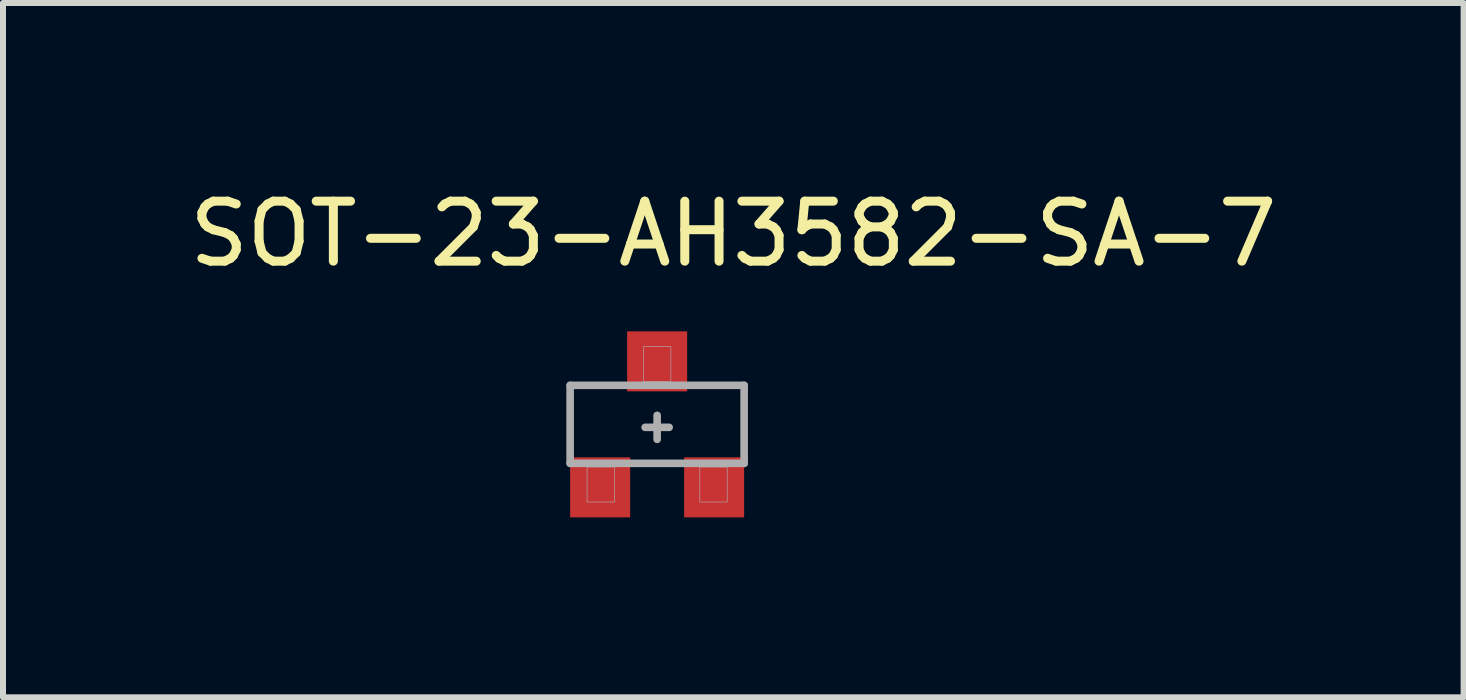
<source format=kicad_pcb>
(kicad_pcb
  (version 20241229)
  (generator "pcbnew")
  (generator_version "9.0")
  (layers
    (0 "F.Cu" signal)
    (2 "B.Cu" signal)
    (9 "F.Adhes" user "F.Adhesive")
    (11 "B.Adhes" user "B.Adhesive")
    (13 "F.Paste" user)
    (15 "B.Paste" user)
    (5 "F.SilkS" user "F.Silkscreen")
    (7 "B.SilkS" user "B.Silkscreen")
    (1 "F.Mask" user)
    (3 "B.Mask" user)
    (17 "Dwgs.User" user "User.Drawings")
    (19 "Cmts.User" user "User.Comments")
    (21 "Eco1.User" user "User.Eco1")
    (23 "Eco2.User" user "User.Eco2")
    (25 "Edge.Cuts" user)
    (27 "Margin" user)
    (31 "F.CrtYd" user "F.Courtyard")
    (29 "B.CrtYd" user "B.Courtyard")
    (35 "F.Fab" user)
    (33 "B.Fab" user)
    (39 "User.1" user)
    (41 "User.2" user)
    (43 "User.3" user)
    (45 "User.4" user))
  (footprint "SOT-23-AH3582-SA-7"
    (layer "F.Cu")
    (at 7.903 4.023)
    (property "Reference" "SOT-23-AH3582-SA-7" (at 1.27 -3.175 0) (layer "F.SilkS") (effects (font (size 1 1) (thickness 0.15))))
    (attr smd)
    (fp_line (start -1.45 -0.65) (end 1.45 -0.65) (stroke (width 0.127) (type solid)) (layer "F.Fab"))
    (fp_line (start -1.45 0.65) (end -1.45 -0.65) (stroke (width 0.127) (type solid)) (layer "F.Fab"))
    (fp_line (start -0.2 0.05) (end 0.2 0.05) (stroke (width 0.127) (type solid)) (layer "F.Fab"))
    (fp_line (start 0 -0.15) (end 0 0.25) (stroke (width 0.127) (type solid)) (layer "F.Fab"))
    (fp_line (start 1.45 -0.65) (end 1.45 0.65) (stroke (width 0.127) (type solid)) (layer "F.Fab"))
    (fp_line (start 1.45 0.65) (end -1.45 0.65) (stroke (width 0.127) (type solid)) (layer "F.Fab"))
    (fp_poly (pts (xy -1.168 0.711) (xy -0.711 0.711) (xy -0.711 1.295) (xy -1.168 1.295)) (stroke (width 0.01) (type solid)) (fill no) (layer "F.Fab"))
    (fp_poly (pts (xy -0.229 -1.295) (xy 0.229 -1.295) (xy 0.229 -0.711) (xy -0.229 -0.711)) (stroke (width 0.01) (type solid)) (fill no) (layer "F.Fab"))
    (fp_poly (pts (xy 0.711 0.711) (xy 1.168 0.711) (xy 1.168 1.295) (xy 0.711 1.295)) (stroke (width 0.01) (type solid)) (fill no) (layer "F.Fab"))
    (pad "1" smd rect (at -0.95 1.05) (size 1 1) (layers "F.Cu" "F.Mask" "F.Paste"))
    (pad "2" smd rect (at 0.95 1.05) (size 1 1) (layers "F.Cu" "F.Mask" "F.Paste"))
    (pad "3" smd rect (at 0 -1.05) (size 1 1) (layers "F.Cu" "F.Mask" "F.Paste")))
  (gr_rect
    (start -3 -3)
    (end 21.345 8.573)
    (stroke (width 0.1) (type default))
    (fill no)
    (layer "Edge.Cuts")))
</source>
